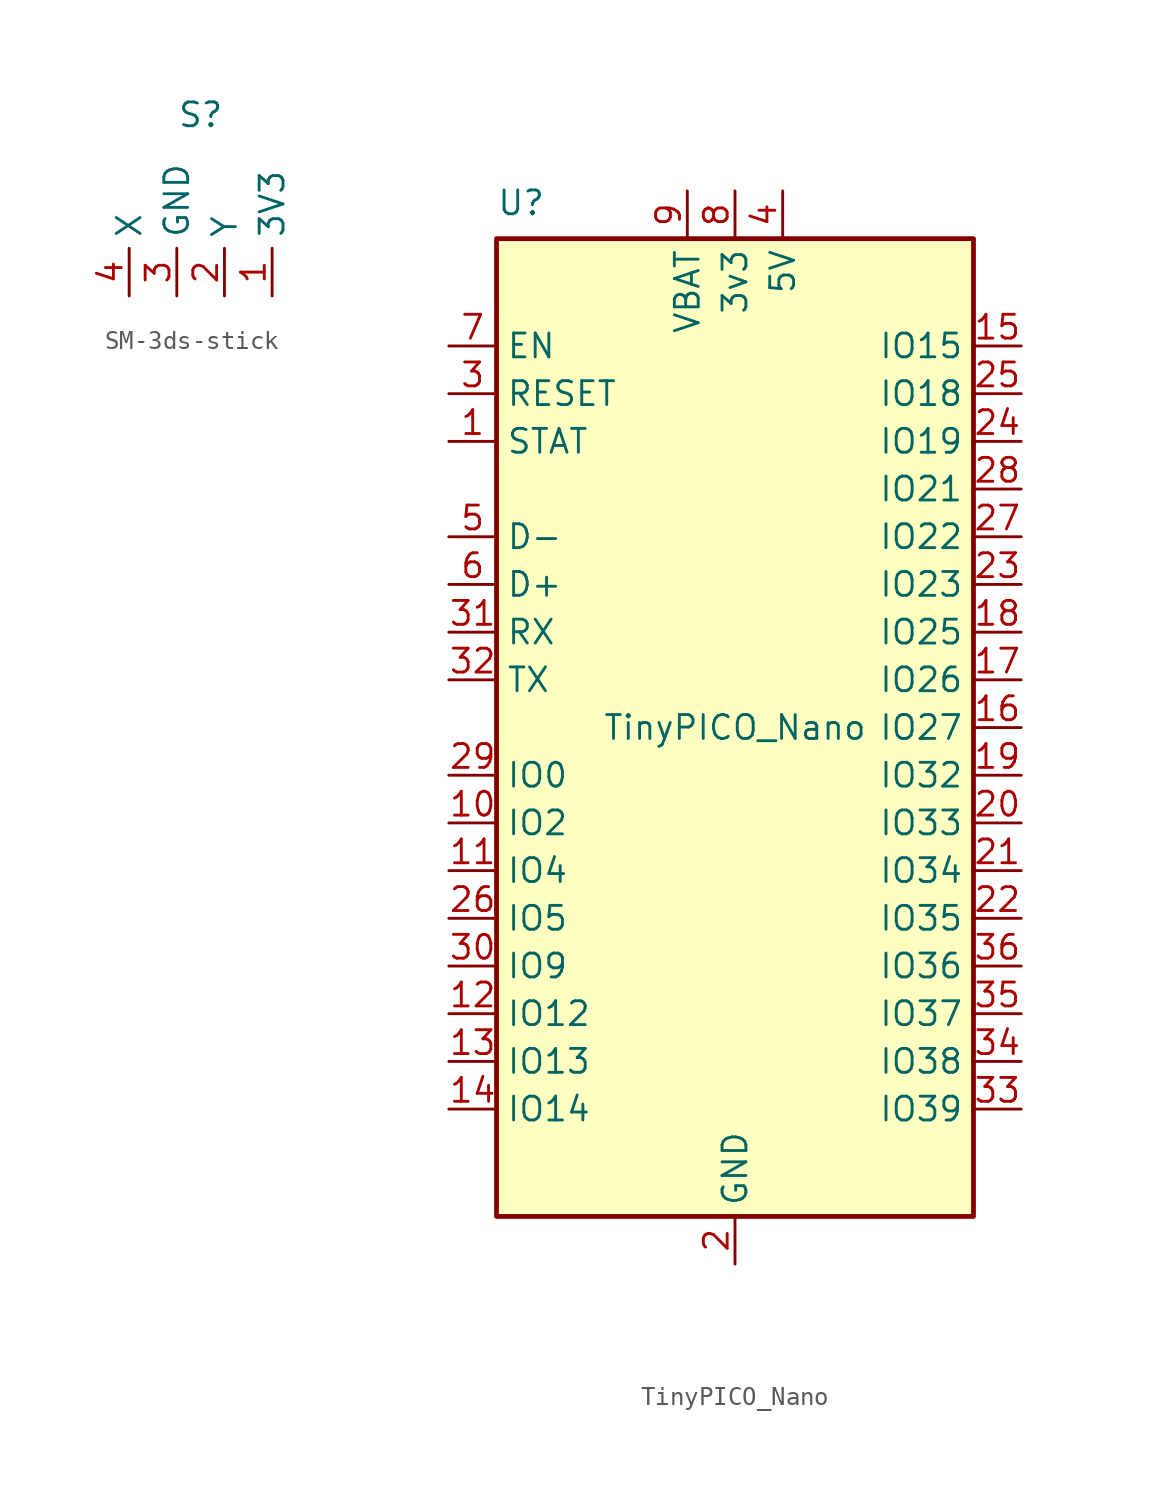
<source format=kicad_sym>
(kicad_symbol_lib
  (version 20241209)
  (generator "kicad_symbol_editor")
  (generator_version "9.0")
  (symbol "SM-3ds-stick"
    (property "Reference" "S"
      (at 0 9.652 0)
      (effects (font (size 1.27 1.27))))
    (property "Value" ""
      (at 0 0 0)
      (effects (font (size 1.27 1.27))))
    (symbol "SM-3ds-stick_1_1"
      (pin output line (at -3.81 0 90) (length 2.54) (name "X" (effects (font (size 1.27 1.27)))) (number "4" (effects (font (size 1.27 1.27)))))
      (pin output line (at -1.27 0 90) (length 2.54) (name "GND" (effects (font (size 1.27 1.27)))) (number "3" (effects (font (size 1.27 1.27)))))
      (pin output line (at 1.27 0 90) (length 2.54) (name "Y" (effects (font (size 1.27 1.27)))) (number "2" (effects (font (size 1.27 1.27)))))
      (pin output line (at 3.81 0 90) (length 2.54) (name "3V3" (effects (font (size 1.27 1.27)))) (number "1" (effects (font (size 1.27 1.27)))))))
  (symbol "TinyPICO_Nano"
    (property "Reference" "U"
      (at -12.7 27.94 0)
      (effects (font (size 1.27 1.27)) (justify left)))
    (property "Value" "TinyPICO_Nano"
      (at 0 0 0)
      (effects (font (size 1.27 1.27))))
    (symbol "TinyPICO_Nano_0_0"
      (pin bidirectional line (at -15.24 5.08 0) (length 2.54) (name "RX" (effects (font (size 1.27 1.27)))) (number "31" (effects (font (size 1.27 1.27)))))
      (pin bidirectional line (at -15.24 2.54 0) (length 2.54) (name "TX" (effects (font (size 1.27 1.27)))) (number "32" (effects (font (size 1.27 1.27)))))
      (pin bidirectional line (at -15.24 -2.54 0) (length 2.54) (name "IO0" (effects (font (size 1.27 1.27)))) (number "29" (effects (font (size 1.27 1.27)))))
      (pin bidirectional line (at -15.24 -10.16 0) (length 2.54) (name "IO5" (effects (font (size 1.27 1.27)))) (number "26" (effects (font (size 1.27 1.27)))))
      (pin bidirectional line (at -15.24 -12.7 0) (length 2.54) (name "IO9" (effects (font (size 1.27 1.27)))) (number "30" (effects (font (size 1.27 1.27)))))
      (pin bidirectional line (at 15.24 17.78 180) (length 2.54) (name "IO18" (effects (font (size 1.27 1.27)))) (number "25" (effects (font (size 1.27 1.27)))))
      (pin bidirectional line (at 15.24 15.24 180) (length 2.54) (name "IO19" (effects (font (size 1.27 1.27)))) (number "24" (effects (font (size 1.27 1.27)))))
      (pin bidirectional line (at 15.24 12.7 180) (length 2.54) (name "IO21" (effects (font (size 1.27 1.27)))) (number "28" (effects (font (size 1.27 1.27)))))
      (pin bidirectional line (at 15.24 10.16 180) (length 2.54) (name "IO22" (effects (font (size 1.27 1.27)))) (number "27" (effects (font (size 1.27 1.27)))))
      (pin bidirectional line (at 15.24 7.62 180) (length 2.54) (name "IO23" (effects (font (size 1.27 1.27)))) (number "23" (effects (font (size 1.27 1.27)))))
      (pin bidirectional line (at 15.24 5.08 180) (length 2.54) (name "IO25" (effects (font (size 1.27 1.27)))) (number "18" (effects (font (size 1.27 1.27)))))
      (pin bidirectional line (at 15.24 2.54 180) (length 2.54) (name "IO26" (effects (font (size 1.27 1.27)))) (number "17" (effects (font (size 1.27 1.27)))))
      (pin bidirectional line (at 15.24 0 180) (length 2.54) (name "IO27" (effects (font (size 1.27 1.27)))) (number "16" (effects (font (size 1.27 1.27)))))
      (pin bidirectional line (at 15.24 -2.54 180) (length 2.54) (name "IO32" (effects (font (size 1.27 1.27)))) (number "19" (effects (font (size 1.27 1.27)))))
      (pin bidirectional line (at 15.24 -5.08 180) (length 2.54) (name "IO33" (effects (font (size 1.27 1.27)))) (number "20" (effects (font (size 1.27 1.27)))))
      (pin bidirectional line (at 15.24 -7.62 180) (length 2.54) (name "IO34" (effects (font (size 1.27 1.27)))) (number "21" (effects (font (size 1.27 1.27)))))
      (pin bidirectional line (at 15.24 -10.16 180) (length 2.54) (name "IO35" (effects (font (size 1.27 1.27)))) (number "22" (effects (font (size 1.27 1.27)))))
      (pin bidirectional line (at 15.24 -12.7 180) (length 2.54) (name "IO36" (effects (font (size 1.27 1.27)))) (number "36" (effects (font (size 1.27 1.27)))))
      (pin bidirectional line (at 15.24 -15.24 180) (length 2.54) (name "IO37" (effects (font (size 1.27 1.27)))) (number "35" (effects (font (size 1.27 1.27)))))
      (pin bidirectional line (at 15.24 -17.78 180) (length 2.54) (name "IO38" (effects (font (size 1.27 1.27)))) (number "34" (effects (font (size 1.27 1.27)))))
      (pin bidirectional line (at 15.24 -20.32 180) (length 2.54) (name "IO39" (effects (font (size 1.27 1.27)))) (number "33" (effects (font (size 1.27 1.27))))))
    (symbol "TinyPICO_Nano_0_1"
      (rectangle (start -12.7 26.035) (end 12.7 -26.035) (stroke (width 0.254) (type default)) (fill (type background))))
    (symbol "TinyPICO_Nano_1_1"
      (pin bidirectional line (at -15.24 20.32 0) (length 2.54) (name "EN" (effects (font (size 1.27 1.27)))) (number "7" (effects (font (size 1.27 1.27)))))
      (pin bidirectional line (at -15.24 17.78 0) (length 2.54) (name "RESET" (effects (font (size 1.27 1.27)))) (number "3" (effects (font (size 1.27 1.27)))))
      (pin bidirectional line (at -15.24 15.24 0) (length 2.54) (name "STAT" (effects (font (size 1.27 1.27)))) (number "1" (effects (font (size 1.27 1.27)))))
      (pin bidirectional line (at -15.24 10.16 0) (length 2.54) (name "D-" (effects (font (size 1.27 1.27)))) (number "5" (effects (font (size 1.27 1.27)))))
      (pin bidirectional line (at -15.24 7.62 0) (length 2.54) (name "D+" (effects (font (size 1.27 1.27)))) (number "6" (effects (font (size 1.27 1.27)))))
      (pin bidirectional line (at -15.24 -5.08 0) (length 2.54) (name "IO2" (effects (font (size 1.27 1.27)))) (number "10" (effects (font (size 1.27 1.27)))))
      (pin bidirectional line (at -15.24 -7.62 0) (length 2.54) (name "IO4" (effects (font (size 1.27 1.27)))) (number "11" (effects (font (size 1.27 1.27)))))
      (pin bidirectional line (at -15.24 -15.24 0) (length 2.54) (name "IO12" (effects (font (size 1.27 1.27)))) (number "12" (effects (font (size 1.27 1.27)))))
      (pin bidirectional line (at -15.24 -17.78 0) (length 2.54) (name "IO13" (effects (font (size 1.27 1.27)))) (number "13" (effects (font (size 1.27 1.27)))))
      (pin bidirectional line (at -15.24 -20.32 0) (length 2.54) (name "IO14" (effects (font (size 1.27 1.27)))) (number "14" (effects (font (size 1.27 1.27)))))
      (pin bidirectional line (at -2.54 28.575 270) (length 2.54) (name "VBAT" (effects (font (size 1.27 1.27)))) (number "9" (effects (font (size 1.27 1.27)))))
      (pin bidirectional line (at 0 28.575 270) (length 2.54) (name "3v3" (effects (font (size 1.27 1.27)))) (number "8" (effects (font (size 1.27 1.27)))))
      (pin bidirectional line (at 0 -28.575 90) (length 2.54) (name "GND" (effects (font (size 1.27 1.27)))) (number "2" (effects (font (size 1.27 1.27)))))
      (pin bidirectional line (at 2.54 28.575 270) (length 2.54) (name "5V" (effects (font (size 1.27 1.27)))) (number "4" (effects (font (size 1.27 1.27)))))
      (pin bidirectional line (at 15.24 20.32 180) (length 2.54) (name "IO15" (effects (font (size 1.27 1.27)))) (number "15" (effects (font (size 1.27 1.27))))))))
</source>
